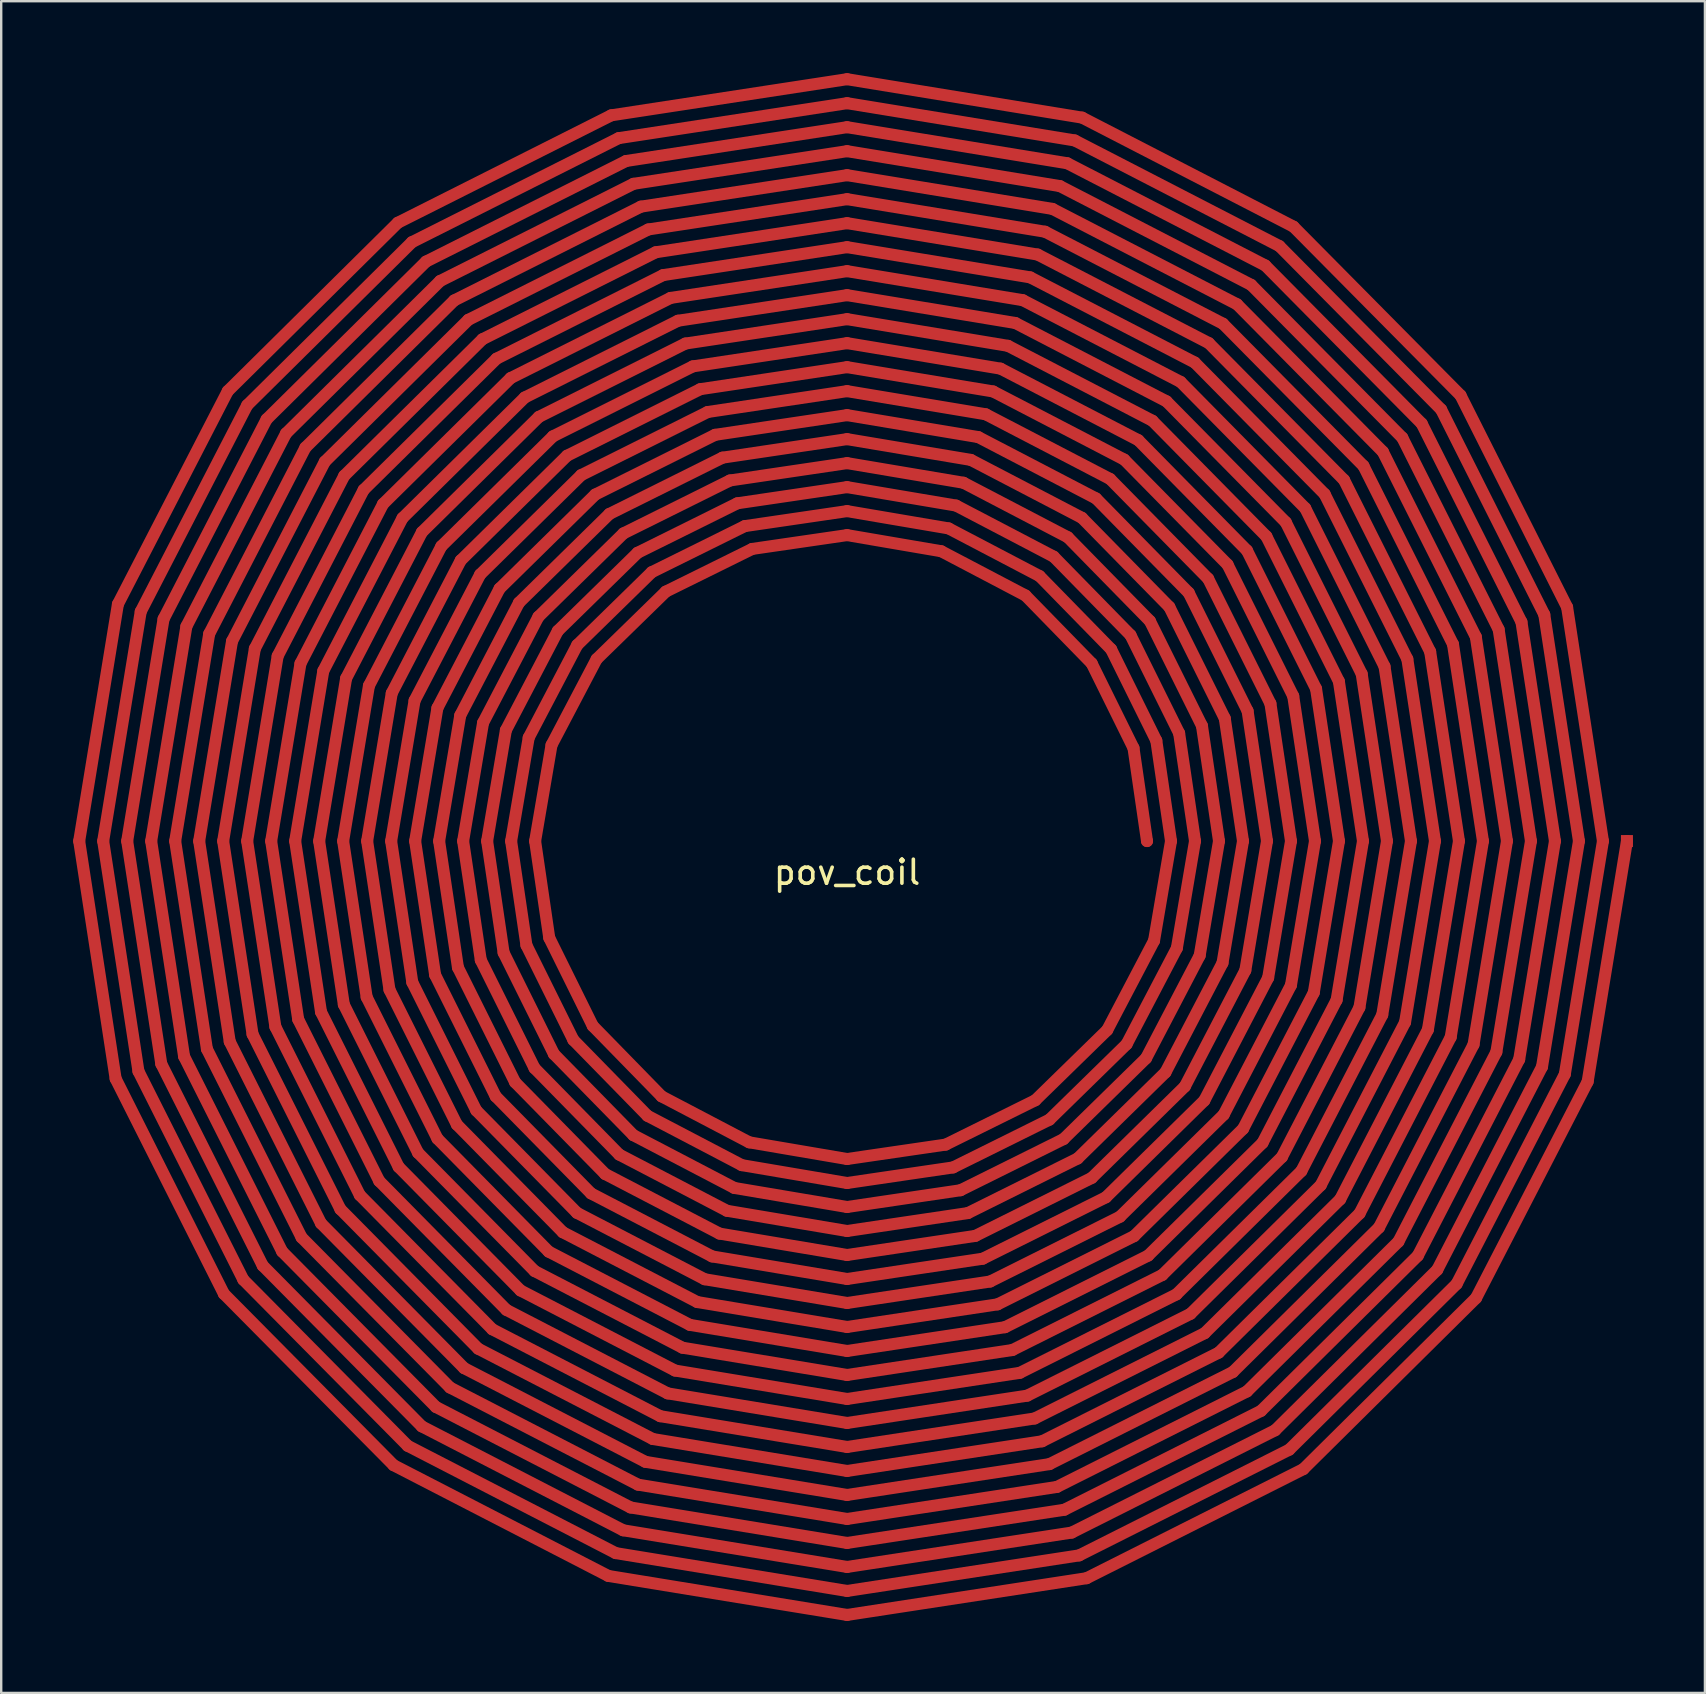
<source format=kicad_pcb>
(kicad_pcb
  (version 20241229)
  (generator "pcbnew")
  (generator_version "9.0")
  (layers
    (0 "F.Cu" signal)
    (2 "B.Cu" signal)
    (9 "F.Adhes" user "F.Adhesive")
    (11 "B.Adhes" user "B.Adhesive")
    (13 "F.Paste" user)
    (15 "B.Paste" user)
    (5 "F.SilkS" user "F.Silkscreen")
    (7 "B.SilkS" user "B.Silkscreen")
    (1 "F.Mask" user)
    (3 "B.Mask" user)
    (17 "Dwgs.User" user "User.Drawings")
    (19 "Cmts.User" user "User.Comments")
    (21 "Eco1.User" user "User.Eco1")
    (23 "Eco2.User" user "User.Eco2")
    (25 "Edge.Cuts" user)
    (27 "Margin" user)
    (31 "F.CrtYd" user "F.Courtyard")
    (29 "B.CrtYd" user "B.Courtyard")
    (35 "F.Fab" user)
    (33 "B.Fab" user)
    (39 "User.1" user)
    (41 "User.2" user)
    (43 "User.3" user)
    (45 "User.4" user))
  (footprint "pov_coil"
    (layer "F.Cu")
    (at 32.25 32)
    (property "Reference" "pov_coil" (at 0 1.3 0) (layer "F.SilkS") (effects (font (size 1 1) (thickness 0.15))))
    (attr through_hole)
    (fp_line (start -32 0) (end -30.386 -9.873) (stroke (width 0.5) (type solid)) (layer "F.Cu"))
    (fp_line (start -31 0) (end -29.435 -9.564) (stroke (width 0.5) (type solid)) (layer "F.Cu"))
    (fp_line (start -30.481 9.904) (end -32 0) (stroke (width 0.5) (type solid)) (layer "F.Cu"))
    (fp_line (start -30.386 -9.873) (end -25.808 -18.75) (stroke (width 0.5) (type solid)) (layer "F.Cu"))
    (fp_line (start -30 0) (end -28.484 -9.255) (stroke (width 0.5) (type solid)) (layer "F.Cu"))
    (fp_line (start -29.53 9.595) (end -31 0) (stroke (width 0.5) (type solid)) (layer "F.Cu"))
    (fp_line (start -29.435 -9.564) (end -24.999 -18.163) (stroke (width 0.5) (type solid)) (layer "F.Cu"))
    (fp_line (start -29 0) (end -27.533 -8.946) (stroke (width 0.5) (type solid)) (layer "F.Cu"))
    (fp_line (start -28.579 9.286) (end -30 0) (stroke (width 0.5) (type solid)) (layer "F.Cu"))
    (fp_line (start -28.484 -9.255) (end -24.19 -17.575) (stroke (width 0.5) (type solid)) (layer "F.Cu"))
    (fp_line (start -28 0) (end -26.582 -8.637) (stroke (width 0.5) (type solid)) (layer "F.Cu"))
    (fp_line (start -27.628 8.977) (end -29 0) (stroke (width 0.5) (type solid)) (layer "F.Cu"))
    (fp_line (start -27.533 -8.946) (end -23.381 -16.987) (stroke (width 0.5) (type solid)) (layer "F.Cu"))
    (fp_line (start -27 0) (end -25.631 -8.328) (stroke (width 0.5) (type solid)) (layer "F.Cu"))
    (fp_line (start -26.677 8.668) (end -28 0) (stroke (width 0.5) (type solid)) (layer "F.Cu"))
    (fp_line (start -26.582 -8.637) (end -22.572 -16.399) (stroke (width 0.5) (type solid)) (layer "F.Cu"))
    (fp_line (start -26 0) (end -24.68 -8.019) (stroke (width 0.5) (type solid)) (layer "F.Cu"))
    (fp_line (start -25.969 18.868) (end -30.481 9.904) (stroke (width 0.5) (type solid)) (layer "F.Cu"))
    (fp_line (start -25.808 -18.75) (end -18.721 -25.767) (stroke (width 0.5) (type solid)) (layer "F.Cu"))
    (fp_line (start -25.726 8.359) (end -27 0) (stroke (width 0.5) (type solid)) (layer "F.Cu"))
    (fp_line (start -25.631 -8.328) (end -21.763 -15.811) (stroke (width 0.5) (type solid)) (layer "F.Cu"))
    (fp_line (start -25.16 18.28) (end -29.53 9.595) (stroke (width 0.5) (type solid)) (layer "F.Cu"))
    (fp_line (start -25 0) (end -23.729 -7.71) (stroke (width 0.5) (type solid)) (layer "F.Cu"))
    (fp_line (start -24.999 -18.163) (end -18.133 -24.958) (stroke (width 0.5) (type solid)) (layer "F.Cu"))
    (fp_line (start -24.775 8.05) (end -26 0) (stroke (width 0.5) (type solid)) (layer "F.Cu"))
    (fp_line (start -24.68 -8.019) (end -20.954 -15.224) (stroke (width 0.5) (type solid)) (layer "F.Cu"))
    (fp_line (start -24.351 17.692) (end -28.579 9.286) (stroke (width 0.5) (type solid)) (layer "F.Cu"))
    (fp_line (start -24.19 -17.575) (end -17.545 -24.149) (stroke (width 0.5) (type solid)) (layer "F.Cu"))
    (fp_line (start -24 0) (end -22.778 -7.401) (stroke (width 0.5) (type solid)) (layer "F.Cu"))
    (fp_line (start -23.824 7.741) (end -25 0) (stroke (width 0.5) (type solid)) (layer "F.Cu"))
    (fp_line (start -23.729 -7.71) (end -20.145 -14.636) (stroke (width 0.5) (type solid)) (layer "F.Cu"))
    (fp_line (start -23.542 17.105) (end -27.628 8.977) (stroke (width 0.5) (type solid)) (layer "F.Cu"))
    (fp_line (start -23.381 -16.987) (end -16.958 -23.34) (stroke (width 0.5) (type solid)) (layer "F.Cu"))
    (fp_line (start -23 0) (end -21.827 -7.092) (stroke (width 0.5) (type solid)) (layer "F.Cu"))
    (fp_line (start -22.873 7.432) (end -24 0) (stroke (width 0.5) (type solid)) (layer "F.Cu"))
    (fp_line (start -22.778 -7.401) (end -19.336 -14.048) (stroke (width 0.5) (type solid)) (layer "F.Cu"))
    (fp_line (start -22.733 16.517) (end -26.677 8.668) (stroke (width 0.5) (type solid)) (layer "F.Cu"))
    (fp_line (start -22.572 -16.399) (end -16.37 -22.531) (stroke (width 0.5) (type solid)) (layer "F.Cu"))
    (fp_line (start -22 0) (end -20.876 -6.783) (stroke (width 0.5) (type solid)) (layer "F.Cu"))
    (fp_line (start -21.924 15.929) (end -25.726 8.359) (stroke (width 0.5) (type solid)) (layer "F.Cu"))
    (fp_line (start -21.922 7.123) (end -23 0) (stroke (width 0.5) (type solid)) (layer "F.Cu"))
    (fp_line (start -21.827 -7.092) (end -18.526 -13.46) (stroke (width 0.5) (type solid)) (layer "F.Cu"))
    (fp_line (start -21.763 -15.811) (end -15.782 -21.722) (stroke (width 0.5) (type solid)) (layer "F.Cu"))
    (fp_line (start -21.115 15.341) (end -24.775 8.05) (stroke (width 0.5) (type solid)) (layer "F.Cu"))
    (fp_line (start -21 0) (end -19.925 -6.474) (stroke (width 0.5) (type solid)) (layer "F.Cu"))
    (fp_line (start -20.971 6.814) (end -22 0) (stroke (width 0.5) (type solid)) (layer "F.Cu"))
    (fp_line (start -20.954 -15.224) (end -15.194 -20.913) (stroke (width 0.5) (type solid)) (layer "F.Cu"))
    (fp_line (start -20.876 -6.783) (end -17.717 -12.873) (stroke (width 0.5) (type solid)) (layer "F.Cu"))
    (fp_line (start -20.306 14.753) (end -23.824 7.741) (stroke (width 0.5) (type solid)) (layer "F.Cu"))
    (fp_line (start -20.145 -14.636) (end -14.606 -20.104) (stroke (width 0.5) (type solid)) (layer "F.Cu"))
    (fp_line (start -20.02 6.505) (end -21 0) (stroke (width 0.5) (type solid)) (layer "F.Cu"))
    (fp_line (start -20 0) (end -18.974 -6.165) (stroke (width 0.5) (type solid)) (layer "F.Cu"))
    (fp_line (start -19.925 -6.474) (end -16.908 -12.285) (stroke (width 0.5) (type solid)) (layer "F.Cu"))
    (fp_line (start -19.497 14.166) (end -22.873 7.432) (stroke (width 0.5) (type solid)) (layer "F.Cu"))
    (fp_line (start -19.336 -14.048) (end -14.019 -19.295) (stroke (width 0.5) (type solid)) (layer "F.Cu"))
    (fp_line (start -19.069 6.196) (end -20 0) (stroke (width 0.5) (type solid)) (layer "F.Cu"))
    (fp_line (start -19 0) (end -18.023 -5.856) (stroke (width 0.5) (type solid)) (layer "F.Cu"))
    (fp_line (start -18.974 -6.165) (end -16.099 -11.697) (stroke (width 0.5) (type solid)) (layer "F.Cu"))
    (fp_line (start -18.897 26.01) (end -25.969 18.868) (stroke (width 0.5) (type solid)) (layer "F.Cu"))
    (fp_line (start -18.721 -25.767) (end -9.827 -30.244) (stroke (width 0.5) (type solid)) (layer "F.Cu"))
    (fp_line (start -18.688 13.578) (end -21.922 7.123) (stroke (width 0.5) (type solid)) (layer "F.Cu"))
    (fp_line (start -18.526 -13.46) (end -13.431 -18.486) (stroke (width 0.5) (type solid)) (layer "F.Cu"))
    (fp_line (start -18.31 25.201) (end -25.16 18.28) (stroke (width 0.5) (type solid)) (layer "F.Cu"))
    (fp_line (start -18.133 -24.958) (end -9.518 -29.293) (stroke (width 0.5) (type solid)) (layer "F.Cu"))
    (fp_line (start -18.118 5.887) (end -19 0) (stroke (width 0.5) (type solid)) (layer "F.Cu"))
    (fp_line (start -18.023 -5.856) (end -15.29 -11.109) (stroke (width 0.5) (type solid)) (layer "F.Cu"))
    (fp_line (start -18 0) (end -17.071 -5.547) (stroke (width 0.5) (type solid)) (layer "F.Cu"))
    (fp_line (start -17.879 12.99) (end -20.971 6.814) (stroke (width 0.5) (type solid)) (layer "F.Cu"))
    (fp_line (start -17.722 24.392) (end -24.351 17.692) (stroke (width 0.5) (type solid)) (layer "F.Cu"))
    (fp_line (start -17.717 -12.873) (end -12.843 -17.677) (stroke (width 0.5) (type solid)) (layer "F.Cu"))
    (fp_line (start -17.545 -24.149) (end -9.209 -28.341) (stroke (width 0.5) (type solid)) (layer "F.Cu"))
    (fp_line (start -17.167 5.578) (end -18 0) (stroke (width 0.5) (type solid)) (layer "F.Cu"))
    (fp_line (start -17.134 23.583) (end -23.542 17.105) (stroke (width 0.5) (type solid)) (layer "F.Cu"))
    (fp_line (start -17.071 -5.547) (end -14.481 -10.521) (stroke (width 0.5) (type solid)) (layer "F.Cu"))
    (fp_line (start -17.07 12.402) (end -20.02 6.505) (stroke (width 0.5) (type solid)) (layer "F.Cu"))
    (fp_line (start -17 0) (end -16.12 -5.238) (stroke (width 0.5) (type solid)) (layer "F.Cu"))
    (fp_line (start -16.958 -23.34) (end -8.9 -27.39) (stroke (width 0.5) (type solid)) (layer "F.Cu"))
    (fp_line (start -16.908 -12.285) (end -12.255 -16.868) (stroke (width 0.5) (type solid)) (layer "F.Cu"))
    (fp_line (start -16.546 22.774) (end -22.733 16.517) (stroke (width 0.5) (type solid)) (layer "F.Cu"))
    (fp_line (start -16.37 -22.531) (end -8.591 -26.439) (stroke (width 0.5) (type solid)) (layer "F.Cu"))
    (fp_line (start -16.261 11.814) (end -19.069 6.196) (stroke (width 0.5) (type solid)) (layer "F.Cu"))
    (fp_line (start -16.216 5.269) (end -17 0) (stroke (width 0.5) (type solid)) (layer "F.Cu"))
    (fp_line (start -16.12 -5.238) (end -13.672 -9.934) (stroke (width 0.5) (type solid)) (layer "F.Cu"))
    (fp_line (start -16.099 -11.697) (end -11.668 -16.059) (stroke (width 0.5) (type solid)) (layer "F.Cu"))
    (fp_line (start -16 0) (end -15.169 -4.929) (stroke (width 0.5) (type solid)) (layer "F.Cu"))
    (fp_line (start -15.958 21.965) (end -21.924 15.929) (stroke (width 0.5) (type solid)) (layer "F.Cu"))
    (fp_line (start -15.782 -21.722) (end -8.282 -25.488) (stroke (width 0.5) (type solid)) (layer "F.Cu"))
    (fp_line (start -15.452 11.227) (end -18.118 5.887) (stroke (width 0.5) (type solid)) (layer "F.Cu"))
    (fp_line (start -15.371 21.156) (end -21.115 15.341) (stroke (width 0.5) (type solid)) (layer "F.Cu"))
    (fp_line (start -15.29 -11.109) (end -11.08 -15.25) (stroke (width 0.5) (type solid)) (layer "F.Cu"))
    (fp_line (start -15.264 4.96) (end -16 0) (stroke (width 0.5) (type solid)) (layer "F.Cu"))
    (fp_line (start -15.194 -20.913) (end -7.973 -24.537) (stroke (width 0.5) (type solid)) (layer "F.Cu"))
    (fp_line (start -15.169 -4.929) (end -12.863 -9.346) (stroke (width 0.5) (type solid)) (layer "F.Cu"))
    (fp_line (start -15 0) (end -14.218 -4.62) (stroke (width 0.5) (type solid)) (layer "F.Cu"))
    (fp_line (start -14.783 20.347) (end -20.306 14.753) (stroke (width 0.5) (type solid)) (layer "F.Cu"))
    (fp_line (start -14.643 10.639) (end -17.167 5.578) (stroke (width 0.5) (type solid)) (layer "F.Cu"))
    (fp_line (start -14.606 -20.104) (end -7.664 -23.586) (stroke (width 0.5) (type solid)) (layer "F.Cu"))
    (fp_line (start -14.481 -10.521) (end -10.492 -14.441) (stroke (width 0.5) (type solid)) (layer "F.Cu"))
    (fp_line (start -14.313 4.651) (end -15 0) (stroke (width 0.5) (type solid)) (layer "F.Cu"))
    (fp_line (start -14.218 -4.62) (end -12.054 -8.758) (stroke (width 0.5) (type solid)) (layer "F.Cu"))
    (fp_line (start -14.195 19.538) (end -19.497 14.166) (stroke (width 0.5) (type solid)) (layer "F.Cu"))
    (fp_line (start -14.019 -19.295) (end -7.355 -22.635) (stroke (width 0.5) (type solid)) (layer "F.Cu"))
    (fp_line (start -14 0) (end -13.267 -4.311) (stroke (width 0.5) (type solid)) (layer "F.Cu"))
    (fp_line (start -13.834 10.051) (end -16.216 5.269) (stroke (width 0.5) (type solid)) (layer "F.Cu"))
    (fp_line (start -13.672 -9.934) (end -9.904 -13.632) (stroke (width 0.5) (type solid)) (layer "F.Cu"))
    (fp_line (start -13.607 18.729) (end -18.688 13.578) (stroke (width 0.5) (type solid)) (layer "F.Cu"))
    (fp_line (start -13.431 -18.486) (end -7.046 -21.684) (stroke (width 0.5) (type solid)) (layer "F.Cu"))
    (fp_line (start -13.362 4.342) (end -14 0) (stroke (width 0.5) (type solid)) (layer "F.Cu"))
    (fp_line (start -13.267 -4.311) (end -11.245 -8.17) (stroke (width 0.5) (type solid)) (layer "F.Cu"))
    (fp_line (start -13.025 9.463) (end -15.264 4.96) (stroke (width 0.5) (type solid)) (layer "F.Cu"))
    (fp_line (start -13.019 17.92) (end -17.879 12.99) (stroke (width 0.5) (type solid)) (layer "F.Cu"))
    (fp_line (start -13 0) (end -12.316 -4.002) (stroke (width 0.5) (type solid)) (layer "F.Cu"))
    (fp_line (start -12.863 -9.346) (end -9.316 -12.823) (stroke (width 0.5) (type solid)) (layer "F.Cu"))
    (fp_line (start -12.843 -17.677) (end -6.737 -20.733) (stroke (width 0.5) (type solid)) (layer "F.Cu"))
    (fp_line (start -12.432 17.111) (end -17.07 12.402) (stroke (width 0.5) (type solid)) (layer "F.Cu"))
    (fp_line (start -12.411 4.033) (end -13 0) (stroke (width 0.5) (type solid)) (layer "F.Cu"))
    (fp_line (start -12.316 -4.002) (end -10.436 -7.582) (stroke (width 0.5) (type solid)) (layer "F.Cu"))
    (fp_line (start -12.255 -16.868) (end -6.428 -19.782) (stroke (width 0.5) (type solid)) (layer "F.Cu"))
    (fp_line (start -12.216 8.876) (end -14.313 4.651) (stroke (width 0.5) (type solid)) (layer "F.Cu"))
    (fp_line (start -12.054 -8.758) (end -8.729 -12.014) (stroke (width 0.5) (type solid)) (layer "F.Cu"))
    (fp_line (start -11.844 16.302) (end -16.261 11.814) (stroke (width 0.5) (type solid)) (layer "F.Cu"))
    (fp_line (start -11.668 -16.059) (end -6.119 -18.831) (stroke (width 0.5) (type solid)) (layer "F.Cu"))
    (fp_line (start -11.407 8.288) (end -13.362 4.342) (stroke (width 0.5) (type solid)) (layer "F.Cu"))
    (fp_line (start -11.256 15.493) (end -15.452 11.227) (stroke (width 0.5) (type solid)) (layer "F.Cu"))
    (fp_line (start -11.245 -8.17) (end -8.141 -11.205) (stroke (width 0.5) (type solid)) (layer "F.Cu"))
    (fp_line (start -11.08 -15.25) (end -5.81 -17.88) (stroke (width 0.5) (type solid)) (layer "F.Cu"))
    (fp_line (start -10.668 14.684) (end -14.643 10.639) (stroke (width 0.5) (type solid)) (layer "F.Cu"))
    (fp_line (start -10.598 7.7) (end -12.411 4.033) (stroke (width 0.5) (type solid)) (layer "F.Cu"))
    (fp_line (start -10.492 -14.441) (end -5.501 -16.929) (stroke (width 0.5) (type solid)) (layer "F.Cu"))
    (fp_line (start -10.436 -7.582) (end -7.553 -10.396) (stroke (width 0.5) (type solid)) (layer "F.Cu"))
    (fp_line (start -10.081 13.875) (end -13.834 10.051) (stroke (width 0.5) (type solid)) (layer "F.Cu"))
    (fp_line (start -9.95 30.624) (end -18.897 26.01) (stroke (width 0.5) (type solid)) (layer "F.Cu"))
    (fp_line (start -9.904 -13.632) (end -5.191 -15.978) (stroke (width 0.5) (type solid)) (layer "F.Cu"))
    (fp_line (start -9.827 -30.244) (end 0 -31.75) (stroke (width 0.5) (type solid)) (layer "F.Cu"))
    (fp_line (start -9.641 29.673) (end -18.31 25.201) (stroke (width 0.5) (type solid)) (layer "F.Cu"))
    (fp_line (start -9.518 -29.293) (end 0 -30.75) (stroke (width 0.5) (type solid)) (layer "F.Cu"))
    (fp_line (start -9.493 13.066) (end -13.025 9.463) (stroke (width 0.5) (type solid)) (layer "F.Cu"))
    (fp_line (start -9.332 28.722) (end -17.722 24.392) (stroke (width 0.5) (type solid)) (layer "F.Cu"))
    (fp_line (start -9.316 -12.823) (end -4.882 -15.027) (stroke (width 0.5) (type solid)) (layer "F.Cu"))
    (fp_line (start -9.209 -28.341) (end 0 -29.75) (stroke (width 0.5) (type solid)) (layer "F.Cu"))
    (fp_line (start -9.023 27.771) (end -17.134 23.583) (stroke (width 0.5) (type solid)) (layer "F.Cu"))
    (fp_line (start -8.905 12.257) (end -12.216 8.876) (stroke (width 0.5) (type solid)) (layer "F.Cu"))
    (fp_line (start -8.9 -27.39) (end 0 -28.75) (stroke (width 0.5) (type solid)) (layer "F.Cu"))
    (fp_line (start -8.729 -12.014) (end -4.573 -14.076) (stroke (width 0.5) (type solid)) (layer "F.Cu"))
    (fp_line (start -8.714 26.82) (end -16.546 22.774) (stroke (width 0.5) (type solid)) (layer "F.Cu"))
    (fp_line (start -8.591 -26.439) (end 0 -27.75) (stroke (width 0.5) (type solid)) (layer "F.Cu"))
    (fp_line (start -8.405 25.869) (end -15.958 21.965) (stroke (width 0.5) (type solid)) (layer "F.Cu"))
    (fp_line (start -8.317 11.448) (end -11.407 8.288) (stroke (width 0.5) (type solid)) (layer "F.Cu"))
    (fp_line (start -8.282 -25.488) (end 0 -26.75) (stroke (width 0.5) (type solid)) (layer "F.Cu"))
    (fp_line (start -8.141 -11.205) (end -4.264 -13.125) (stroke (width 0.5) (type solid)) (layer "F.Cu"))
    (fp_line (start -8.096 24.918) (end -15.371 21.156) (stroke (width 0.5) (type solid)) (layer "F.Cu"))
    (fp_line (start -7.973 -24.537) (end 0 -25.75) (stroke (width 0.5) (type solid)) (layer "F.Cu"))
    (fp_line (start -7.787 23.967) (end -14.783 20.347) (stroke (width 0.5) (type solid)) (layer "F.Cu"))
    (fp_line (start -7.729 10.639) (end -10.598 7.7) (stroke (width 0.5) (type solid)) (layer "F.Cu"))
    (fp_line (start -7.664 -23.586) (end 0 -24.75) (stroke (width 0.5) (type solid)) (layer "F.Cu"))
    (fp_line (start -7.553 -10.396) (end -3.955 -12.174) (stroke (width 0.5) (type solid)) (layer "F.Cu"))
    (fp_line (start -7.478 23.016) (end -14.195 19.538) (stroke (width 0.5) (type solid)) (layer "F.Cu"))
    (fp_line (start -7.355 -22.635) (end 0 -23.75) (stroke (width 0.5) (type solid)) (layer "F.Cu"))
    (fp_line (start -7.169 22.065) (end -13.607 18.729) (stroke (width 0.5) (type solid)) (layer "F.Cu"))
    (fp_line (start -7.046 -21.684) (end 0 -22.75) (stroke (width 0.5) (type solid)) (layer "F.Cu"))
    (fp_line (start -6.86 21.113) (end -13.019 17.92) (stroke (width 0.5) (type solid)) (layer "F.Cu"))
    (fp_line (start -6.737 -20.733) (end 0 -21.75) (stroke (width 0.5) (type solid)) (layer "F.Cu"))
    (fp_line (start -6.551 20.162) (end -12.432 17.111) (stroke (width 0.5) (type solid)) (layer "F.Cu"))
    (fp_line (start -6.428 -19.782) (end 0 -20.75) (stroke (width 0.5) (type solid)) (layer "F.Cu"))
    (fp_line (start -6.242 19.211) (end -11.844 16.302) (stroke (width 0.5) (type solid)) (layer "F.Cu"))
    (fp_line (start -6.119 -18.831) (end 0 -19.75) (stroke (width 0.5) (type solid)) (layer "F.Cu"))
    (fp_line (start -5.933 18.26) (end -11.256 15.493) (stroke (width 0.5) (type solid)) (layer "F.Cu"))
    (fp_line (start -5.81 -17.88) (end 0 -18.75) (stroke (width 0.5) (type solid)) (layer "F.Cu"))
    (fp_line (start -5.624 17.309) (end -10.668 14.684) (stroke (width 0.5) (type solid)) (layer "F.Cu"))
    (fp_line (start -5.501 -16.929) (end 0 -17.75) (stroke (width 0.5) (type solid)) (layer "F.Cu"))
    (fp_line (start -5.315 16.358) (end -10.081 13.875) (stroke (width 0.5) (type solid)) (layer "F.Cu"))
    (fp_line (start -5.191 -15.978) (end 0 -16.75) (stroke (width 0.5) (type solid)) (layer "F.Cu"))
    (fp_line (start -5.006 15.407) (end -9.493 13.066) (stroke (width 0.5) (type solid)) (layer "F.Cu"))
    (fp_line (start -4.882 -15.027) (end 0 -15.75) (stroke (width 0.5) (type solid)) (layer "F.Cu"))
    (fp_line (start -4.697 14.456) (end -8.905 12.257) (stroke (width 0.5) (type solid)) (layer "F.Cu"))
    (fp_line (start -4.573 -14.076) (end 0 -14.75) (stroke (width 0.5) (type solid)) (layer "F.Cu"))
    (fp_line (start -4.388 13.505) (end -8.317 11.448) (stroke (width 0.5) (type solid)) (layer "F.Cu"))
    (fp_line (start -4.264 -13.125) (end 0 -13.75) (stroke (width 0.5) (type solid)) (layer "F.Cu"))
    (fp_line (start -4.079 12.554) (end -7.729 10.639) (stroke (width 0.5) (type solid)) (layer "F.Cu"))
    (fp_line (start -3.955 -12.174) (end 0 -12.75) (stroke (width 0.5) (type solid)) (layer "F.Cu"))
    (fp_line (start 0 -31.75) (end 9.796 -30.148) (stroke (width 0.5) (type solid)) (layer "F.Cu"))
    (fp_line (start 0 -30.75) (end 9.487 -29.197) (stroke (width 0.5) (type solid)) (layer "F.Cu"))
    (fp_line (start 0 -29.75) (end 9.178 -28.246) (stroke (width 0.5) (type solid)) (layer "F.Cu"))
    (fp_line (start 0 -28.75) (end 8.869 -27.295) (stroke (width 0.5) (type solid)) (layer "F.Cu"))
    (fp_line (start 0 -27.75) (end 8.56 -26.344) (stroke (width 0.5) (type solid)) (layer "F.Cu"))
    (fp_line (start 0 -26.75) (end 8.251 -25.393) (stroke (width 0.5) (type solid)) (layer "F.Cu"))
    (fp_line (start 0 -25.75) (end 7.942 -24.442) (stroke (width 0.5) (type solid)) (layer "F.Cu"))
    (fp_line (start 0 -24.75) (end 7.633 -23.491) (stroke (width 0.5) (type solid)) (layer "F.Cu"))
    (fp_line (start 0 -23.75) (end 7.324 -22.54) (stroke (width 0.5) (type solid)) (layer "F.Cu"))
    (fp_line (start 0 -22.75) (end 7.015 -21.589) (stroke (width 0.5) (type solid)) (layer "F.Cu"))
    (fp_line (start 0 -21.75) (end 6.706 -20.638) (stroke (width 0.5) (type solid)) (layer "F.Cu"))
    (fp_line (start 0 -20.75) (end 6.397 -19.687) (stroke (width 0.5) (type solid)) (layer "F.Cu"))
    (fp_line (start 0 -19.75) (end 6.088 -18.736) (stroke (width 0.5) (type solid)) (layer "F.Cu"))
    (fp_line (start 0 -18.75) (end 5.779 -17.785) (stroke (width 0.5) (type solid)) (layer "F.Cu"))
    (fp_line (start 0 -17.75) (end 5.47 -16.834) (stroke (width 0.5) (type solid)) (layer "F.Cu"))
    (fp_line (start 0 -16.75) (end 5.161 -15.883) (stroke (width 0.5) (type solid)) (layer "F.Cu"))
    (fp_line (start 0 -15.75) (end 4.852 -14.932) (stroke (width 0.5) (type solid)) (layer "F.Cu"))
    (fp_line (start 0 -14.75) (end 4.543 -13.981) (stroke (width 0.5) (type solid)) (layer "F.Cu"))
    (fp_line (start 0 -13.75) (end 4.234 -13.029) (stroke (width 0.5) (type solid)) (layer "F.Cu"))
    (fp_line (start 0 -12.75) (end 3.925 -12.078) (stroke (width 0.5) (type solid)) (layer "F.Cu"))
    (fp_line (start 0 13.25) (end -4.079 12.554) (stroke (width 0.5) (type solid)) (layer "F.Cu"))
    (fp_line (start 0 14.25) (end -4.388 13.505) (stroke (width 0.5) (type solid)) (layer "F.Cu"))
    (fp_line (start 0 15.25) (end -4.697 14.456) (stroke (width 0.5) (type solid)) (layer "F.Cu"))
    (fp_line (start 0 16.25) (end -5.006 15.407) (stroke (width 0.5) (type solid)) (layer "F.Cu"))
    (fp_line (start 0 17.25) (end -5.315 16.358) (stroke (width 0.5) (type solid)) (layer "F.Cu"))
    (fp_line (start 0 18.25) (end -5.624 17.309) (stroke (width 0.5) (type solid)) (layer "F.Cu"))
    (fp_line (start 0 19.25) (end -5.933 18.26) (stroke (width 0.5) (type solid)) (layer "F.Cu"))
    (fp_line (start 0 20.25) (end -6.242 19.211) (stroke (width 0.5) (type solid)) (layer "F.Cu"))
    (fp_line (start 0 21.25) (end -6.551 20.162) (stroke (width 0.5) (type solid)) (layer "F.Cu"))
    (fp_line (start 0 22.25) (end -6.86 21.113) (stroke (width 0.5) (type solid)) (layer "F.Cu"))
    (fp_line (start 0 23.25) (end -7.169 22.065) (stroke (width 0.5) (type solid)) (layer "F.Cu"))
    (fp_line (start 0 24.25) (end -7.478 23.016) (stroke (width 0.5) (type solid)) (layer "F.Cu"))
    (fp_line (start 0 25.25) (end -7.787 23.967) (stroke (width 0.5) (type solid)) (layer "F.Cu"))
    (fp_line (start 0 26.25) (end -8.096 24.918) (stroke (width 0.5) (type solid)) (layer "F.Cu"))
    (fp_line (start 0 27.25) (end -8.405 25.869) (stroke (width 0.5) (type solid)) (layer "F.Cu"))
    (fp_line (start 0 28.25) (end -8.714 26.82) (stroke (width 0.5) (type solid)) (layer "F.Cu"))
    (fp_line (start 0 29.25) (end -9.023 27.771) (stroke (width 0.5) (type solid)) (layer "F.Cu"))
    (fp_line (start 0 30.25) (end -9.332 28.722) (stroke (width 0.5) (type solid)) (layer "F.Cu"))
    (fp_line (start 0 31.25) (end -9.641 29.673) (stroke (width 0.5) (type solid)) (layer "F.Cu"))
    (fp_line (start 0 32.25) (end -9.95 30.624) (stroke (width 0.5) (type solid)) (layer "F.Cu"))
    (fp_line (start 3.925 -12.078) (end 7.435 -10.234) (stroke (width 0.5) (type solid)) (layer "F.Cu"))
    (fp_line (start 4.11 12.649) (end 0 13.25) (stroke (width 0.5) (type solid)) (layer "F.Cu"))
    (fp_line (start 4.234 -13.029) (end 8.023 -11.043) (stroke (width 0.5) (type solid)) (layer "F.Cu"))
    (fp_line (start 4.419 13.6) (end 0 14.25) (stroke (width 0.5) (type solid)) (layer "F.Cu"))
    (fp_line (start 4.543 -13.981) (end 8.611 -11.852) (stroke (width 0.5) (type solid)) (layer "F.Cu"))
    (fp_line (start 4.728 14.551) (end 0 15.25) (stroke (width 0.5) (type solid)) (layer "F.Cu"))
    (fp_line (start 4.852 -14.932) (end 9.199 -12.661) (stroke (width 0.5) (type solid)) (layer "F.Cu"))
    (fp_line (start 5.037 15.502) (end 0 16.25) (stroke (width 0.5) (type solid)) (layer "F.Cu"))
    (fp_line (start 5.161 -15.883) (end 9.787 -13.47) (stroke (width 0.5) (type solid)) (layer "F.Cu"))
    (fp_line (start 5.346 16.453) (end 0 17.25) (stroke (width 0.5) (type solid)) (layer "F.Cu"))
    (fp_line (start 5.47 -16.834) (end 10.374 -14.279) (stroke (width 0.5) (type solid)) (layer "F.Cu"))
    (fp_line (start 5.655 17.404) (end 0 18.25) (stroke (width 0.5) (type solid)) (layer "F.Cu"))
    (fp_line (start 5.779 -17.785) (end 10.962 -15.088) (stroke (width 0.5) (type solid)) (layer "F.Cu"))
    (fp_line (start 5.964 18.355) (end 0 19.25) (stroke (width 0.5) (type solid)) (layer "F.Cu"))
    (fp_line (start 6.088 -18.736) (end 11.55 -15.897) (stroke (width 0.5) (type solid)) (layer "F.Cu"))
    (fp_line (start 6.273 19.306) (end 0 20.25) (stroke (width 0.5) (type solid)) (layer "F.Cu"))
    (fp_line (start 6.397 -19.687) (end 12.138 -16.706) (stroke (width 0.5) (type solid)) (layer "F.Cu"))
    (fp_line (start 6.582 20.258) (end 0 21.25) (stroke (width 0.5) (type solid)) (layer "F.Cu"))
    (fp_line (start 6.706 -20.638) (end 12.726 -17.515) (stroke (width 0.5) (type solid)) (layer "F.Cu"))
    (fp_line (start 6.891 21.209) (end 0 22.25) (stroke (width 0.5) (type solid)) (layer "F.Cu"))
    (fp_line (start 7.015 -21.589) (end 13.313 -18.324) (stroke (width 0.5) (type solid)) (layer "F.Cu"))
    (fp_line (start 7.2 22.16) (end 0 23.25) (stroke (width 0.5) (type solid)) (layer "F.Cu"))
    (fp_line (start 7.324 -22.54) (end 13.901 -19.133) (stroke (width 0.5) (type solid)) (layer "F.Cu"))
    (fp_line (start 7.435 -10.234) (end 10.194 -7.406) (stroke (width 0.5) (type solid)) (layer "F.Cu"))
    (fp_line (start 7.509 23.111) (end 0 24.25) (stroke (width 0.5) (type solid)) (layer "F.Cu"))
    (fp_line (start 7.633 -23.491) (end 14.489 -19.942) (stroke (width 0.5) (type solid)) (layer "F.Cu"))
    (fp_line (start 7.818 24.062) (end 0 25.25) (stroke (width 0.5) (type solid)) (layer "F.Cu"))
    (fp_line (start 7.847 10.8) (end 4.11 12.649) (stroke (width 0.5) (type solid)) (layer "F.Cu"))
    (fp_line (start 7.942 -24.442) (end 15.077 -20.751) (stroke (width 0.5) (type solid)) (layer "F.Cu"))
    (fp_line (start 8.023 -11.043) (end 11.003 -7.994) (stroke (width 0.5) (type solid)) (layer "F.Cu"))
    (fp_line (start 8.127 25.013) (end 0 26.25) (stroke (width 0.5) (type solid)) (layer "F.Cu"))
    (fp_line (start 8.251 -25.393) (end 15.664 -21.56) (stroke (width 0.5) (type solid)) (layer "F.Cu"))
    (fp_line (start 8.435 11.609) (end 4.419 13.6) (stroke (width 0.5) (type solid)) (layer "F.Cu"))
    (fp_line (start 8.436 25.964) (end 0 27.25) (stroke (width 0.5) (type solid)) (layer "F.Cu"))
    (fp_line (start 8.56 -26.344) (end 16.252 -22.369) (stroke (width 0.5) (type solid)) (layer "F.Cu"))
    (fp_line (start 8.611 -11.852) (end 11.812 -8.582) (stroke (width 0.5) (type solid)) (layer "F.Cu"))
    (fp_line (start 8.745 26.915) (end 0 28.25) (stroke (width 0.5) (type solid)) (layer "F.Cu"))
    (fp_line (start 8.869 -27.295) (end 16.84 -23.178) (stroke (width 0.5) (type solid)) (layer "F.Cu"))
    (fp_line (start 9.023 12.418) (end 4.728 14.551) (stroke (width 0.5) (type solid)) (layer "F.Cu"))
    (fp_line (start 9.054 27.866) (end 0 29.25) (stroke (width 0.5) (type solid)) (layer "F.Cu"))
    (fp_line (start 9.178 -28.246) (end 17.428 -23.987) (stroke (width 0.5) (type solid)) (layer "F.Cu"))
    (fp_line (start 9.199 -12.661) (end 12.621 -9.169) (stroke (width 0.5) (type solid)) (layer "F.Cu"))
    (fp_line (start 9.363 28.817) (end 0 30.25) (stroke (width 0.5) (type solid)) (layer "F.Cu"))
    (fp_line (start 9.487 -29.197) (end 18.016 -24.796) (stroke (width 0.5) (type solid)) (layer "F.Cu"))
    (fp_line (start 9.61 13.227) (end 5.037 15.502) (stroke (width 0.5) (type solid)) (layer "F.Cu"))
    (fp_line (start 9.672 29.768) (end 0 31.25) (stroke (width 0.5) (type solid)) (layer "F.Cu"))
    (fp_line (start 9.787 -13.47) (end 13.43 -9.757) (stroke (width 0.5) (type solid)) (layer "F.Cu"))
    (fp_line (start 9.796 -30.148) (end 18.603 -25.605) (stroke (width 0.5) (type solid)) (layer "F.Cu"))
    (fp_line (start 9.981 30.719) (end 0 32.25) (stroke (width 0.5) (type solid)) (layer "F.Cu"))
    (fp_line (start 10.194 -7.406) (end 11.936 -3.878) (stroke (width 0.5) (type solid)) (layer "F.Cu"))
    (fp_line (start 10.198 14.036) (end 5.346 16.453) (stroke (width 0.5) (type solid)) (layer "F.Cu"))
    (fp_line (start 10.374 -14.279) (end 14.239 -10.345) (stroke (width 0.5) (type solid)) (layer "F.Cu"))
    (fp_line (start 10.786 14.845) (end 5.655 17.404) (stroke (width 0.5) (type solid)) (layer "F.Cu"))
    (fp_line (start 10.841 7.876) (end 7.847 10.8) (stroke (width 0.5) (type solid)) (layer "F.Cu"))
    (fp_line (start 10.962 -15.088) (end 15.048 -10.933) (stroke (width 0.5) (type solid)) (layer "F.Cu"))
    (fp_line (start 11.003 -7.994) (end 12.887 -4.187) (stroke (width 0.5) (type solid)) (layer "F.Cu"))
    (fp_line (start 11.374 15.654) (end 5.964 18.355) (stroke (width 0.5) (type solid)) (layer "F.Cu"))
    (fp_line (start 11.55 -15.897) (end 15.857 -11.521) (stroke (width 0.5) (type solid)) (layer "F.Cu"))
    (fp_line (start 11.65 8.464) (end 8.435 11.609) (stroke (width 0.5) (type solid)) (layer "F.Cu"))
    (fp_line (start 11.812 -8.582) (end 13.838 -4.496) (stroke (width 0.5) (type solid)) (layer "F.Cu"))
    (fp_line (start 11.936 -3.878) (end 12.5 0) (stroke (width 0.5) (type solid)) (layer "F.Cu"))
    (fp_line (start 11.961 16.463) (end 6.273 19.306) (stroke (width 0.5) (type solid)) (layer "F.Cu"))
    (fp_line (start 12.138 -16.706) (end 16.666 -12.108) (stroke (width 0.5) (type solid)) (layer "F.Cu"))
    (fp_line (start 12.459 9.052) (end 9.023 12.418) (stroke (width 0.5) (type solid)) (layer "F.Cu"))
    (fp_line (start 12.549 17.273) (end 6.582 20.258) (stroke (width 0.5) (type solid)) (layer "F.Cu"))
    (fp_line (start 12.621 -9.169) (end 14.789 -4.805) (stroke (width 0.5) (type solid)) (layer "F.Cu"))
    (fp_line (start 12.726 -17.515) (end 17.475 -12.696) (stroke (width 0.5) (type solid)) (layer "F.Cu"))
    (fp_line (start 12.792 4.156) (end 10.841 7.876) (stroke (width 0.5) (type solid)) (layer "F.Cu"))
    (fp_line (start 12.887 -4.187) (end 13.5 0) (stroke (width 0.5) (type solid)) (layer "F.Cu"))
    (fp_line (start 13.137 18.082) (end 6.891 21.209) (stroke (width 0.5) (type solid)) (layer "F.Cu"))
    (fp_line (start 13.268 9.64) (end 9.61 13.227) (stroke (width 0.5) (type solid)) (layer "F.Cu"))
    (fp_line (start 13.313 -18.324) (end 18.284 -13.284) (stroke (width 0.5) (type solid)) (layer "F.Cu"))
    (fp_line (start 13.43 -9.757) (end 15.74 -5.114) (stroke (width 0.5) (type solid)) (layer "F.Cu"))
    (fp_line (start 13.5 0) (end 12.792 4.156) (stroke (width 0.5) (type solid)) (layer "F.Cu"))
    (fp_line (start 13.725 18.891) (end 7.2 22.16) (stroke (width 0.5) (type solid)) (layer "F.Cu"))
    (fp_line (start 13.743 4.465) (end 11.65 8.464) (stroke (width 0.5) (type solid)) (layer "F.Cu"))
    (fp_line (start 13.838 -4.496) (end 14.5 0) (stroke (width 0.5) (type solid)) (layer "F.Cu"))
    (fp_line (start 13.901 -19.133) (end 19.093 -13.872) (stroke (width 0.5) (type solid)) (layer "F.Cu"))
    (fp_line (start 14.077 10.227) (end 10.198 14.036) (stroke (width 0.5) (type solid)) (layer "F.Cu"))
    (fp_line (start 14.239 -10.345) (end 16.691 -5.423) (stroke (width 0.5) (type solid)) (layer "F.Cu"))
    (fp_line (start 14.313 19.7) (end 7.509 23.111) (stroke (width 0.5) (type solid)) (layer "F.Cu"))
    (fp_line (start 14.489 -19.942) (end 19.902 -14.46) (stroke (width 0.5) (type solid)) (layer "F.Cu"))
    (fp_line (start 14.5 0) (end 13.743 4.465) (stroke (width 0.5) (type solid)) (layer "F.Cu"))
    (fp_line (start 14.694 4.774) (end 12.459 9.052) (stroke (width 0.5) (type solid)) (layer "F.Cu"))
    (fp_line (start 14.789 -4.805) (end 15.5 0) (stroke (width 0.5) (type solid)) (layer "F.Cu"))
    (fp_line (start 14.886 10.815) (end 10.786 14.845) (stroke (width 0.5) (type solid)) (layer "F.Cu"))
    (fp_line (start 14.9 20.509) (end 7.818 24.062) (stroke (width 0.5) (type solid)) (layer "F.Cu"))
    (fp_line (start 15.048 -10.933) (end 17.642 -5.732) (stroke (width 0.5) (type solid)) (layer "F.Cu"))
    (fp_line (start 15.077 -20.751) (end 20.711 -15.047) (stroke (width 0.5) (type solid)) (layer "F.Cu"))
    (fp_line (start 15.488 21.318) (end 8.127 25.013) (stroke (width 0.5) (type solid)) (layer "F.Cu"))
    (fp_line (start 15.5 0) (end 14.694 4.774) (stroke (width 0.5) (type solid)) (layer "F.Cu"))
    (fp_line (start 15.645 5.083) (end 13.268 9.64) (stroke (width 0.5) (type solid)) (layer "F.Cu"))
    (fp_line (start 15.664 -21.56) (end 21.52 -15.635) (stroke (width 0.5) (type solid)) (layer "F.Cu"))
    (fp_line (start 15.695 11.403) (end 11.374 15.654) (stroke (width 0.5) (type solid)) (layer "F.Cu"))
    (fp_line (start 15.74 -5.114) (end 16.5 0) (stroke (width 0.5) (type solid)) (layer "F.Cu"))
    (fp_line (start 15.857 -11.521) (end 18.593 -6.041) (stroke (width 0.5) (type solid)) (layer "F.Cu"))
    (fp_line (start 16.076 22.127) (end 8.436 25.964) (stroke (width 0.5) (type solid)) (layer "F.Cu"))
    (fp_line (start 16.252 -22.369) (end 22.329 -16.223) (stroke (width 0.5) (type solid)) (layer "F.Cu"))
    (fp_line (start 16.5 0) (end 15.645 5.083) (stroke (width 0.5) (type solid)) (layer "F.Cu"))
    (fp_line (start 16.504 11.991) (end 11.961 16.463) (stroke (width 0.5) (type solid)) (layer "F.Cu"))
    (fp_line (start 16.596 5.392) (end 14.077 10.227) (stroke (width 0.5) (type solid)) (layer "F.Cu"))
    (fp_line (start 16.664 22.936) (end 8.745 26.915) (stroke (width 0.5) (type solid)) (layer "F.Cu"))
    (fp_line (start 16.666 -12.108) (end 19.544 -6.35) (stroke (width 0.5) (type solid)) (layer "F.Cu"))
    (fp_line (start 16.691 -5.423) (end 17.5 0) (stroke (width 0.5) (type solid)) (layer "F.Cu"))
    (fp_line (start 16.84 -23.178) (end 23.138 -16.811) (stroke (width 0.5) (type solid)) (layer "F.Cu"))
    (fp_line (start 17.252 23.745) (end 9.054 27.866) (stroke (width 0.5) (type solid)) (layer "F.Cu"))
    (fp_line (start 17.313 12.579) (end 12.549 17.273) (stroke (width 0.5) (type solid)) (layer "F.Cu"))
    (fp_line (start 17.428 -23.987) (end 23.947 -17.398) (stroke (width 0.5) (type solid)) (layer "F.Cu"))
    (fp_line (start 17.475 -12.696) (end 20.495 -6.659) (stroke (width 0.5) (type solid)) (layer "F.Cu"))
    (fp_line (start 17.5 0) (end 16.596 5.392) (stroke (width 0.5) (type solid)) (layer "F.Cu"))
    (fp_line (start 17.547 5.701) (end 14.886 10.815) (stroke (width 0.5) (type solid)) (layer "F.Cu"))
    (fp_line (start 17.642 -5.732) (end 18.5 0) (stroke (width 0.5) (type solid)) (layer "F.Cu"))
    (fp_line (start 17.839 24.554) (end 9.363 28.817) (stroke (width 0.5) (type solid)) (layer "F.Cu"))
    (fp_line (start 18.016 -24.796) (end 24.756 -17.986) (stroke (width 0.5) (type solid)) (layer "F.Cu"))
    (fp_line (start 18.122 13.166) (end 13.137 18.082) (stroke (width 0.5) (type solid)) (layer "F.Cu"))
    (fp_line (start 18.284 -13.284) (end 21.446 -6.968) (stroke (width 0.5) (type solid)) (layer "F.Cu"))
    (fp_line (start 18.427 25.363) (end 9.672 29.768) (stroke (width 0.5) (type solid)) (layer "F.Cu"))
    (fp_line (start 18.498 6.01) (end 15.695 11.403) (stroke (width 0.5) (type solid)) (layer "F.Cu"))
    (fp_line (start 18.5 0) (end 17.547 5.701) (stroke (width 0.5) (type solid)) (layer "F.Cu"))
    (fp_line (start 18.593 -6.041) (end 19.5 0) (stroke (width 0.5) (type solid)) (layer "F.Cu"))
    (fp_line (start 18.603 -25.605) (end 25.565 -18.574) (stroke (width 0.5) (type solid)) (layer "F.Cu"))
    (fp_line (start 18.931 13.754) (end 13.725 18.891) (stroke (width 0.5) (type solid)) (layer "F.Cu"))
    (fp_line (start 19.015 26.172) (end 9.981 30.719) (stroke (width 0.5) (type solid)) (layer "F.Cu"))
    (fp_line (start 19.093 -13.872) (end 22.397 -7.277) (stroke (width 0.5) (type solid)) (layer "F.Cu"))
    (fp_line (start 19.449 6.319) (end 16.504 11.991) (stroke (width 0.5) (type solid)) (layer "F.Cu"))
    (fp_line (start 19.5 0) (end 18.498 6.01) (stroke (width 0.5) (type solid)) (layer "F.Cu"))
    (fp_line (start 19.544 -6.35) (end 20.5 0) (stroke (width 0.5) (type solid)) (layer "F.Cu"))
    (fp_line (start 19.74 14.342) (end 14.313 19.7) (stroke (width 0.5) (type solid)) (layer "F.Cu"))
    (fp_line (start 19.902 -14.46) (end 23.348 -7.586) (stroke (width 0.5) (type solid)) (layer "F.Cu"))
    (fp_line (start 20.4 6.628) (end 17.313 12.579) (stroke (width 0.5) (type solid)) (layer "F.Cu"))
    (fp_line (start 20.495 -6.659) (end 21.5 0) (stroke (width 0.5) (type solid)) (layer "F.Cu"))
    (fp_line (start 20.5 0) (end 19.449 6.319) (stroke (width 0.5) (type solid)) (layer "F.Cu"))
    (fp_line (start 20.549 14.93) (end 14.9 20.509) (stroke (width 0.5) (type solid)) (layer "F.Cu"))
    (fp_line (start 20.711 -15.047) (end 24.299 -7.895) (stroke (width 0.5) (type solid)) (layer "F.Cu"))
    (fp_line (start 21.351 6.937) (end 18.122 13.166) (stroke (width 0.5) (type solid)) (layer "F.Cu"))
    (fp_line (start 21.358 15.518) (end 15.488 21.318) (stroke (width 0.5) (type solid)) (layer "F.Cu"))
    (fp_line (start 21.446 -6.968) (end 22.5 0) (stroke (width 0.5) (type solid)) (layer "F.Cu"))
    (fp_line (start 21.5 0) (end 20.4 6.628) (stroke (width 0.5) (type solid)) (layer "F.Cu"))
    (fp_line (start 21.52 -15.635) (end 25.251 -8.204) (stroke (width 0.5) (type solid)) (layer "F.Cu"))
    (fp_line (start 22.167 16.105) (end 16.076 22.127) (stroke (width 0.5) (type solid)) (layer "F.Cu"))
    (fp_line (start 22.302 7.246) (end 18.931 13.754) (stroke (width 0.5) (type solid)) (layer "F.Cu"))
    (fp_line (start 22.329 -16.223) (end 26.202 -8.513) (stroke (width 0.5) (type solid)) (layer "F.Cu"))
    (fp_line (start 22.397 -7.277) (end 23.5 0) (stroke (width 0.5) (type solid)) (layer "F.Cu"))
    (fp_line (start 22.5 0) (end 21.351 6.937) (stroke (width 0.5) (type solid)) (layer "F.Cu"))
    (fp_line (start 22.976 16.693) (end 16.664 22.936) (stroke (width 0.5) (type solid)) (layer "F.Cu"))
    (fp_line (start 23.138 -16.811) (end 27.153 -8.822) (stroke (width 0.5) (type solid)) (layer "F.Cu"))
    (fp_line (start 23.253 7.555) (end 19.74 14.342) (stroke (width 0.5) (type solid)) (layer "F.Cu"))
    (fp_line (start 23.348 -7.586) (end 24.5 0) (stroke (width 0.5) (type solid)) (layer "F.Cu"))
    (fp_line (start 23.5 0) (end 22.302 7.246) (stroke (width 0.5) (type solid)) (layer "F.Cu"))
    (fp_line (start 23.785 17.281) (end 17.252 23.745) (stroke (width 0.5) (type solid)) (layer "F.Cu"))
    (fp_line (start 23.947 -17.398) (end 28.104 -9.131) (stroke (width 0.5) (type solid)) (layer "F.Cu"))
    (fp_line (start 24.204 7.864) (end 20.549 14.93) (stroke (width 0.5) (type solid)) (layer "F.Cu"))
    (fp_line (start 24.299 -7.895) (end 25.5 0) (stroke (width 0.5) (type solid)) (layer "F.Cu"))
    (fp_line (start 24.5 0) (end 23.253 7.555) (stroke (width 0.5) (type solid)) (layer "F.Cu"))
    (fp_line (start 24.594 17.869) (end 17.839 24.554) (stroke (width 0.5) (type solid)) (layer "F.Cu"))
    (fp_line (start 24.756 -17.986) (end 29.055 -9.44) (stroke (width 0.5) (type solid)) (layer "F.Cu"))
    (fp_line (start 25.155 8.174) (end 21.358 15.518) (stroke (width 0.5) (type solid)) (layer "F.Cu"))
    (fp_line (start 25.251 -8.204) (end 26.5 0) (stroke (width 0.5) (type solid)) (layer "F.Cu"))
    (fp_line (start 25.403 18.456) (end 18.427 25.363) (stroke (width 0.5) (type solid)) (layer "F.Cu"))
    (fp_line (start 25.5 0) (end 24.204 7.864) (stroke (width 0.5) (type solid)) (layer "F.Cu"))
    (fp_line (start 25.565 -18.574) (end 30.006 -9.749) (stroke (width 0.5) (type solid)) (layer "F.Cu"))
    (fp_line (start 26.107 8.483) (end 22.167 16.105) (stroke (width 0.5) (type solid)) (layer "F.Cu"))
    (fp_line (start 26.202 -8.513) (end 27.5 0) (stroke (width 0.5) (type solid)) (layer "F.Cu"))
    (fp_line (start 26.212 19.044) (end 19.015 26.172) (stroke (width 0.5) (type solid)) (layer "F.Cu"))
    (fp_line (start 26.5 0) (end 25.155 8.174) (stroke (width 0.5) (type solid)) (layer "F.Cu"))
    (fp_line (start 27.058 8.792) (end 22.976 16.693) (stroke (width 0.5) (type solid)) (layer "F.Cu"))
    (fp_line (start 27.153 -8.822) (end 28.5 0) (stroke (width 0.5) (type solid)) (layer "F.Cu"))
    (fp_line (start 27.5 0) (end 26.107 8.483) (stroke (width 0.5) (type solid)) (layer "F.Cu"))
    (fp_line (start 28.009 9.101) (end 23.785 17.281) (stroke (width 0.5) (type solid)) (layer "F.Cu"))
    (fp_line (start 28.104 -9.131) (end 29.5 0) (stroke (width 0.5) (type solid)) (layer "F.Cu"))
    (fp_line (start 28.5 0) (end 27.058 8.792) (stroke (width 0.5) (type solid)) (layer "F.Cu"))
    (fp_line (start 28.96 9.41) (end 24.594 17.869) (stroke (width 0.5) (type solid)) (layer "F.Cu"))
    (fp_line (start 29.055 -9.44) (end 30.5 0) (stroke (width 0.5) (type solid)) (layer "F.Cu"))
    (fp_line (start 29.5 0) (end 28.009 9.101) (stroke (width 0.5) (type solid)) (layer "F.Cu"))
    (fp_line (start 29.911 9.719) (end 25.403 18.456) (stroke (width 0.5) (type solid)) (layer "F.Cu"))
    (fp_line (start 30.006 -9.749) (end 31.5 0) (stroke (width 0.5) (type solid)) (layer "F.Cu"))
    (fp_line (start 30.5 0) (end 28.96 9.41) (stroke (width 0.5) (type solid)) (layer "F.Cu"))
    (fp_line (start 30.862 10.028) (end 26.212 19.044) (stroke (width 0.5) (type solid)) (layer "F.Cu"))
    (fp_line (start 31.5 0) (end 29.911 9.719) (stroke (width 0.5) (type solid)) (layer "F.Cu"))
    (fp_line (start 32.5 0) (end 30.862 10.028) (stroke (width 0.5) (type solid)) (layer "F.Cu"))
    (pad "1" smd rect (at 32.5 0) (size 0.5 0.5) (layers "F.Cu"))
    (pad "2" smd circle (at 12.5 0) (size 0.5 0.5) (layers "F.Cu")))
  (gr_rect
    (start -3 -3)
    (end 68 67.5)
    (stroke (width 0.1) (type default))
    (fill no)
    (layer "Edge.Cuts")))
</source>
